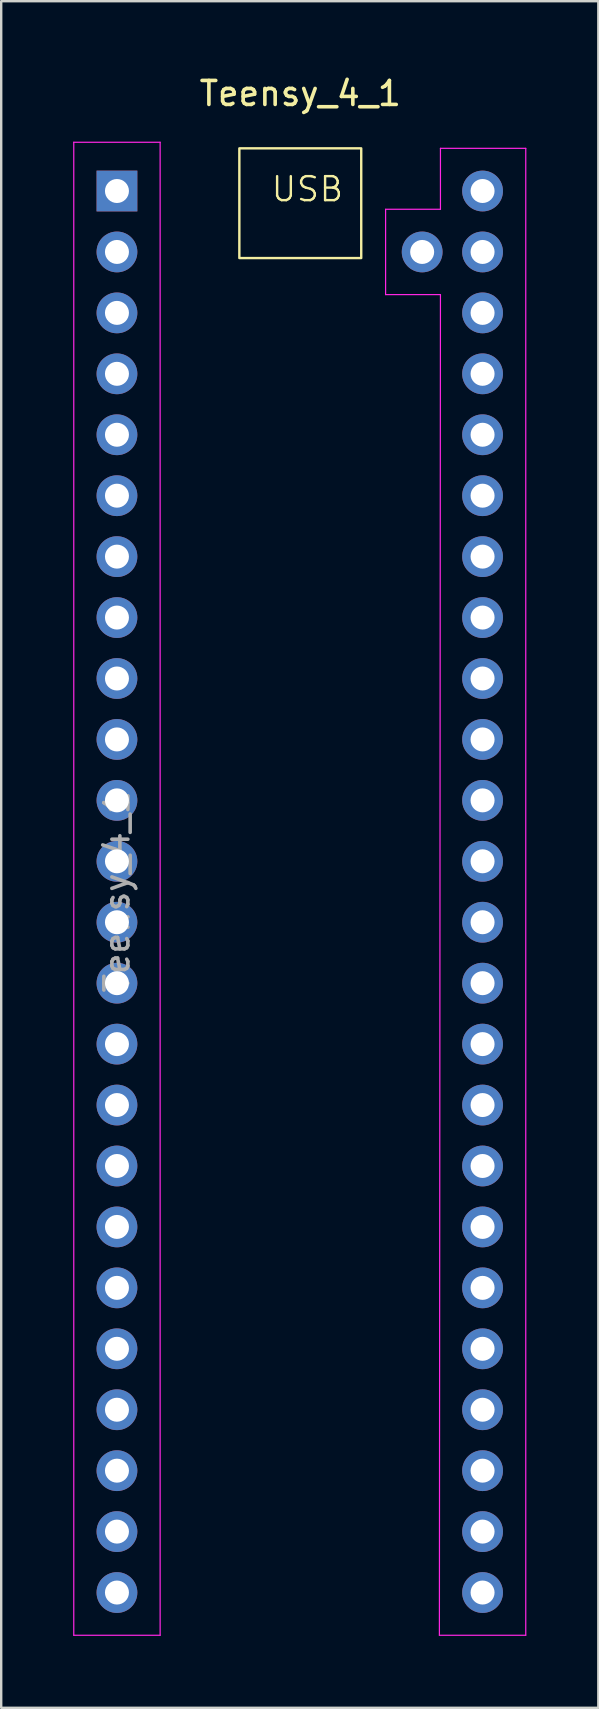
<source format=kicad_pcb>
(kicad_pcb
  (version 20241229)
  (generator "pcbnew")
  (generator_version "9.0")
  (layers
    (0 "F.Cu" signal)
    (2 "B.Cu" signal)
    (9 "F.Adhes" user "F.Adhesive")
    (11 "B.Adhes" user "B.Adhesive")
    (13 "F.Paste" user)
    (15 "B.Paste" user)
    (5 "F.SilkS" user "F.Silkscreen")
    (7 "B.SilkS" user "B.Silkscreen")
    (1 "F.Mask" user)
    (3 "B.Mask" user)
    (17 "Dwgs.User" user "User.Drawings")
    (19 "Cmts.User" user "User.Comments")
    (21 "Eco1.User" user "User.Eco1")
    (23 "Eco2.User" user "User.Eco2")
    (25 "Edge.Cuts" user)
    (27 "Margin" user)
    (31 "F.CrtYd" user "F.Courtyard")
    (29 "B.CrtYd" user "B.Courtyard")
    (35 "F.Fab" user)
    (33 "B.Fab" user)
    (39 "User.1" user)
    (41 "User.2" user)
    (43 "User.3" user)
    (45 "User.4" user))
  (footprint "Teensy_4_1"
    (layer "F.Cu")
    (at 9.467 3.642)
    (property "Reference" "Teensy_4_1" (at 0 -2.794 0) (layer "F.SilkS") (effects (font (size 1 1) (thickness 0.15))))
    (attr through_hole)
    (fp_rect (start -2.54 -0.508) (end 2.54 4.064) (stroke (width 0.1) (type default)) (fill no) (layer "F.SilkS"))
    (fp_line (start -9.442 -0.762) (end -9.442 61.47) (stroke (width 0.05) (type solid)) (layer "F.CrtYd"))
    (fp_line (start -9.442 61.47) (end -5.842 61.47) (stroke (width 0.05) (type solid)) (layer "F.CrtYd"))
    (fp_line (start -5.842 -0.762) (end -9.442 -0.762) (stroke (width 0.05) (type solid)) (layer "F.CrtYd"))
    (fp_line (start -5.842 61.47) (end -5.842 -0.762) (stroke (width 0.05) (type solid)) (layer "F.CrtYd"))
    (fp_line (start 3.556 2.032) (end 3.556 5.588) (stroke (width 0.05) (type default)) (layer "F.CrtYd"))
    (fp_line (start 3.556 2.032) (end 5.842 2.032) (stroke (width 0.05) (type default)) (layer "F.CrtYd"))
    (fp_line (start 3.556 5.588) (end 5.842 5.588) (stroke (width 0.05) (type default)) (layer "F.CrtYd"))
    (fp_line (start 5.798 61.47) (end 9.398 61.47) (stroke (width 0.05) (type solid)) (layer "F.CrtYd"))
    (fp_line (start 5.842 2.032) (end 5.842 -0.508) (stroke (width 0.05) (type default)) (layer "F.CrtYd"))
    (fp_line (start 5.842 5.588) (end 5.798 61.47) (stroke (width 0.05) (type default)) (layer "F.CrtYd"))
    (fp_line (start 9.398 -0.508) (end 5.842 -0.508) (stroke (width 0.05) (type default)) (layer "F.CrtYd"))
    (fp_line (start 9.398 61.47) (end 9.398 -0.508) (stroke (width 0.05) (type solid)) (layer "F.CrtYd"))
    (fp_text user "USB" (at -1.27 1.778 0) (unlocked yes) (layer "F.SilkS") (effects (font (size 1 1) (thickness 0.1)) (justify left bottom)))
    (fp_text user "${REFERENCE}" (at -7.642 30.48 90) (layer "F.Fab") (effects (font (size 1 1) (thickness 0.15))))
    (pad "1" thru_hole rect (at -7.642 1.27) (size 1.7 1.7) (drill 1) (layers "*.Cu" "*.Mask"))
    (pad "2" thru_hole oval (at -7.642 3.81) (size 1.7 1.7) (drill 1) (layers "*.Cu" "*.Mask"))
    (pad "3" thru_hole oval (at -7.642 6.35) (size 1.7 1.7) (drill 1) (layers "*.Cu" "*.Mask"))
    (pad "4" thru_hole oval (at -7.642 8.89) (size 1.7 1.7) (drill 1) (layers "*.Cu" "*.Mask"))
    (pad "5" thru_hole oval (at -7.642 11.43) (size 1.7 1.7) (drill 1) (layers "*.Cu" "*.Mask"))
    (pad "6" thru_hole oval (at -7.642 13.97) (size 1.7 1.7) (drill 1) (layers "*.Cu" "*.Mask"))
    (pad "7" thru_hole oval (at -7.642 16.51) (size 1.7 1.7) (drill 1) (layers "*.Cu" "*.Mask"))
    (pad "8" thru_hole oval (at -7.642 19.05) (size 1.7 1.7) (drill 1) (layers "*.Cu" "*.Mask"))
    (pad "9" thru_hole oval (at -7.642 21.59) (size 1.7 1.7) (drill 1) (layers "*.Cu" "*.Mask"))
    (pad "10" thru_hole oval (at -7.642 24.13) (size 1.7 1.7) (drill 1) (layers "*.Cu" "*.Mask"))
    (pad "11" thru_hole oval (at -7.642 26.67) (size 1.7 1.7) (drill 1) (layers "*.Cu" "*.Mask"))
    (pad "12" thru_hole oval (at -7.642 29.21) (size 1.7 1.7) (drill 1) (layers "*.Cu" "*.Mask"))
    (pad "13" thru_hole oval (at -7.642 31.75) (size 1.7 1.7) (drill 1) (layers "*.Cu" "*.Mask"))
    (pad "14" thru_hole oval (at -7.642 34.29) (size 1.7 1.7) (drill 1) (layers "*.Cu" "*.Mask"))
    (pad "15" thru_hole oval (at -7.642 36.83) (size 1.7 1.7) (drill 1) (layers "*.Cu" "*.Mask"))
    (pad "16" thru_hole oval (at -7.642 39.37) (size 1.7 1.7) (drill 1) (layers "*.Cu" "*.Mask"))
    (pad "17" thru_hole oval (at -7.642 41.91) (size 1.7 1.7) (drill 1) (layers "*.Cu" "*.Mask"))
    (pad "18" thru_hole oval (at -7.642 44.45) (size 1.7 1.7) (drill 1) (layers "*.Cu" "*.Mask"))
    (pad "19" thru_hole oval (at -7.642 46.99) (size 1.7 1.7) (drill 1) (layers "*.Cu" "*.Mask"))
    (pad "20" thru_hole oval (at -7.642 49.53) (size 1.7 1.7) (drill 1) (layers "*.Cu" "*.Mask"))
    (pad "21" thru_hole oval (at -7.642 52.07) (size 1.7 1.7) (drill 1) (layers "*.Cu" "*.Mask"))
    (pad "22" thru_hole oval (at -7.642 54.61) (size 1.7 1.7) (drill 1) (layers "*.Cu" "*.Mask"))
    (pad "23" thru_hole oval (at -7.642 57.15) (size 1.7 1.7) (drill 1) (layers "*.Cu" "*.Mask"))
    (pad "24" thru_hole oval (at -7.642 59.69) (size 1.7 1.7) (drill 1) (layers "*.Cu" "*.Mask"))
    (pad "25" thru_hole oval (at 7.598 59.69) (size 1.7 1.7) (drill 1) (layers "*.Cu" "*.Mask"))
    (pad "26" thru_hole oval (at 7.598 57.15) (size 1.7 1.7) (drill 1) (layers "*.Cu" "*.Mask"))
    (pad "27" thru_hole oval (at 7.598 54.61) (size 1.7 1.7) (drill 1) (layers "*.Cu" "*.Mask"))
    (pad "28" thru_hole oval (at 7.598 52.07) (size 1.7 1.7) (drill 1) (layers "*.Cu" "*.Mask"))
    (pad "29" thru_hole oval (at 7.598 49.53) (size 1.7 1.7) (drill 1) (layers "*.Cu" "*.Mask"))
    (pad "30" thru_hole oval (at 7.598 46.99) (size 1.7 1.7) (drill 1) (layers "*.Cu" "*.Mask"))
    (pad "31" thru_hole oval (at 7.598 44.45) (size 1.7 1.7) (drill 1) (layers "*.Cu" "*.Mask"))
    (pad "32" thru_hole oval (at 7.598 41.91) (size 1.7 1.7) (drill 1) (layers "*.Cu" "*.Mask"))
    (pad "33" thru_hole oval (at 7.598 39.37) (size 1.7 1.7) (drill 1) (layers "*.Cu" "*.Mask"))
    (pad "34" thru_hole oval (at 7.598 36.83) (size 1.7 1.7) (drill 1) (layers "*.Cu" "*.Mask"))
    (pad "35" thru_hole oval (at 7.598 34.29) (size 1.7 1.7) (drill 1) (layers "*.Cu" "*.Mask"))
    (pad "36" thru_hole oval (at 7.598 31.75) (size 1.7 1.7) (drill 1) (layers "*.Cu" "*.Mask"))
    (pad "37" thru_hole oval (at 7.598 29.21) (size 1.7 1.7) (drill 1) (layers "*.Cu" "*.Mask"))
    (pad "38" thru_hole oval (at 7.598 26.67) (size 1.7 1.7) (drill 1) (layers "*.Cu" "*.Mask"))
    (pad "39" thru_hole oval (at 7.598 24.13) (size 1.7 1.7) (drill 1) (layers "*.Cu" "*.Mask"))
    (pad "40" thru_hole oval (at 7.598 21.59) (size 1.7 1.7) (drill 1) (layers "*.Cu" "*.Mask"))
    (pad "41" thru_hole oval (at 7.598 19.05) (size 1.7 1.7) (drill 1) (layers "*.Cu" "*.Mask"))
    (pad "42" thru_hole oval (at 7.598 16.51) (size 1.7 1.7) (drill 1) (layers "*.Cu" "*.Mask"))
    (pad "43" thru_hole oval (at 7.598 13.97) (size 1.7 1.7) (drill 1) (layers "*.Cu" "*.Mask"))
    (pad "44" thru_hole oval (at 7.598 11.43) (size 1.7 1.7) (drill 1) (layers "*.Cu" "*.Mask"))
    (pad "45" thru_hole oval (at 7.598 8.89) (size 1.7 1.7) (drill 1) (layers "*.Cu" "*.Mask"))
    (pad "46" thru_hole oval (at 7.598 6.35) (size 1.7 1.7) (drill 1) (layers "*.Cu" "*.Mask"))
    (pad "47" thru_hole oval (at 7.598 3.81) (size 1.7 1.7) (drill 1) (layers "*.Cu" "*.Mask"))
    (pad "48" thru_hole oval (at 7.598 1.27) (size 1.7 1.7) (drill 1) (layers "*.Cu" "*.Mask"))
    (pad "49" thru_hole oval (at 5.08 3.81) (size 1.7 1.7) (drill 1) (layers "*.Cu" "*.Mask")))
  (gr_rect
    (start -3 -3)
    (end 21.89 68.137)
    (stroke (width 0.1) (type default))
    (fill no)
    (layer "Edge.Cuts")))
</source>
